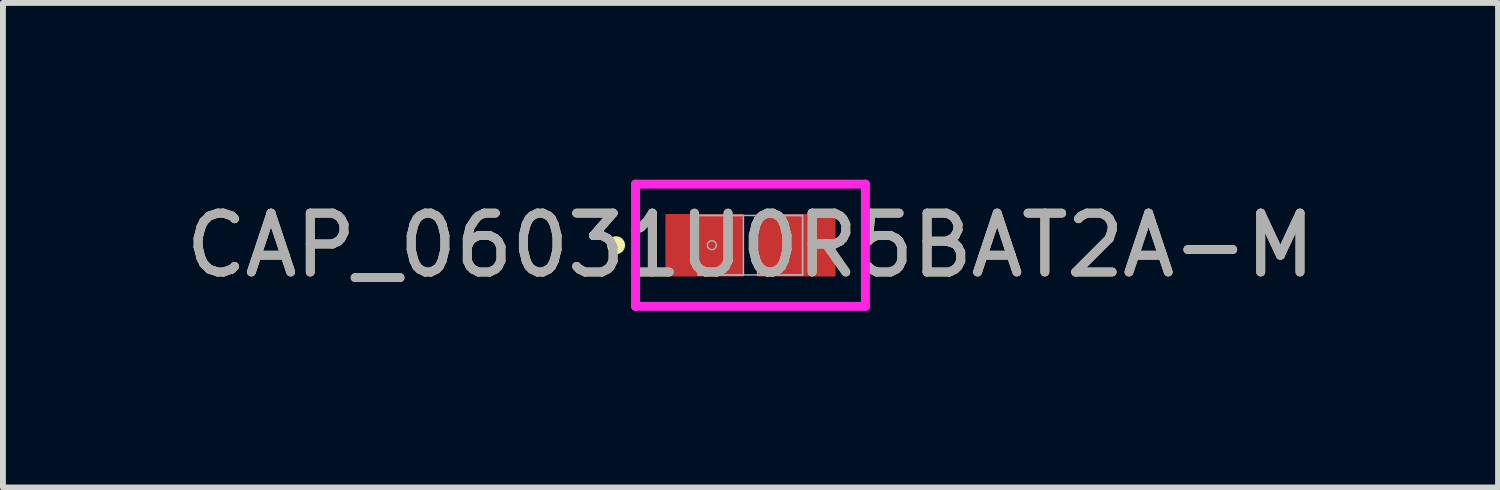
<source format=kicad_pcb>
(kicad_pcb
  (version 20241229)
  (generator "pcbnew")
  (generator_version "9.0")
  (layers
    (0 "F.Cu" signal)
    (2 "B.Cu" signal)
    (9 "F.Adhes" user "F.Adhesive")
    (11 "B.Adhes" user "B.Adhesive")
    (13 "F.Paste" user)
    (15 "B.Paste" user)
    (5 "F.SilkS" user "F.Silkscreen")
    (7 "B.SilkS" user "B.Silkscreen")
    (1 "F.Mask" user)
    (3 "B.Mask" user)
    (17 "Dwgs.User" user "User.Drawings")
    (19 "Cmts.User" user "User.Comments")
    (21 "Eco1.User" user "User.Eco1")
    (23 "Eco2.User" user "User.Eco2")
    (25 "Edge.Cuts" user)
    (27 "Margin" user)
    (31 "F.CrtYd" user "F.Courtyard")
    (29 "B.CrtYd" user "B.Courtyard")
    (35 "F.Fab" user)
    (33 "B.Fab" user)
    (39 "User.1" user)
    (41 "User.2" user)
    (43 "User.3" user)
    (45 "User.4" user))
  (footprint "CAP_06031U0R5BAT2A-M"
    (layer "F.Cu")
    (at 9.696 1.115)
    (property "Reference" "CAP_06031U0R5BAT2A-M" (at 0 0 0) (unlocked yes) (layer "F.SilkS") (effects (font (size 1 1) (thickness 0.15))))
    (attr smd)
    (fp_circle (center -2.282 0) (end -2.206 0) (stroke (width 0.152) (type solid)) (fill no) (layer "F.SilkS"))
    (fp_line (start -1.952 -1.038) (end 1.952 -1.038) (stroke (width 0.152) (type solid)) (layer "F.CrtYd"))
    (fp_line (start -1.952 1.038) (end -1.952 -1.038) (stroke (width 0.152) (type solid)) (layer "F.CrtYd"))
    (fp_line (start 1.952 -1.038) (end 1.952 1.038) (stroke (width 0.152) (type solid)) (layer "F.CrtYd"))
    (fp_line (start 1.952 1.038) (end -1.952 1.038) (stroke (width 0.152) (type solid)) (layer "F.CrtYd"))
    (fp_line (start -0.885 -0.505) (end -0.885 0.505) (stroke (width 0.025) (type solid)) (layer "F.Fab"))
    (fp_line (start -0.885 -0.505) (end -0.885 0.505) (stroke (width 0.025) (type solid)) (layer "F.Fab"))
    (fp_line (start -0.885 0.505) (end -0.12 0.505) (stroke (width 0.025) (type solid)) (layer "F.Fab"))
    (fp_line (start -0.885 0.505) (end 0.885 0.505) (stroke (width 0.025) (type solid)) (layer "F.Fab"))
    (fp_line (start -0.12 -0.505) (end -0.885 -0.505) (stroke (width 0.025) (type solid)) (layer "F.Fab"))
    (fp_line (start -0.12 0.505) (end -0.12 -0.505) (stroke (width 0.025) (type solid)) (layer "F.Fab"))
    (fp_line (start 0.12 -0.505) (end 0.12 0.505) (stroke (width 0.025) (type solid)) (layer "F.Fab"))
    (fp_line (start 0.12 0.505) (end 0.885 0.505) (stroke (width 0.025) (type solid)) (layer "F.Fab"))
    (fp_line (start 0.885 -0.505) (end -0.885 -0.505) (stroke (width 0.025) (type solid)) (layer "F.Fab"))
    (fp_line (start 0.885 -0.505) (end 0.12 -0.505) (stroke (width 0.025) (type solid)) (layer "F.Fab"))
    (fp_line (start 0.885 0.505) (end 0.885 -0.505) (stroke (width 0.025) (type solid)) (layer "F.Fab"))
    (fp_line (start 0.885 0.505) (end 0.885 -0.505) (stroke (width 0.025) (type solid)) (layer "F.Fab"))
    (fp_circle (center -0.655 0) (end -0.579 0) (stroke (width 0.025) (type solid)) (fill no) (layer "F.Fab"))
    (fp_text user "${REFERENCE}" (at 0 0 0) (unlocked yes) (layer "F.Fab") (effects (font (size 1 1) (thickness 0.15))))
    (pad "1" smd rect (at -0.782 0) (size 1.324 1.061) (layers "F.Cu" "F.Mask" "F.Paste"))
    (pad "2" smd rect (at 0.782 0) (size 1.324 1.061) (layers "F.Cu" "F.Mask" "F.Paste"))
    (zone (net_name "") (layer "F.Cu") (hatch full 0.508) (connect_pads) (min_thickness 0.254) (filled_areas_thickness no) (keepout (tracks not_allowed) (vias not_allowed) (pads allowed) (copperpour not_allowed) (footprints allowed)) (placement (enabled no)) (fill) (polygon (pts (xy 9.627 0.66) (xy 9.766 0.66) (xy 9.766 1.569) (xy 9.627 1.569)))))
  (gr_rect
    (start -3 -3)
    (end 22.393 5.229)
    (stroke (width 0.1) (type default))
    (fill no)
    (layer "Edge.Cuts")))
</source>
